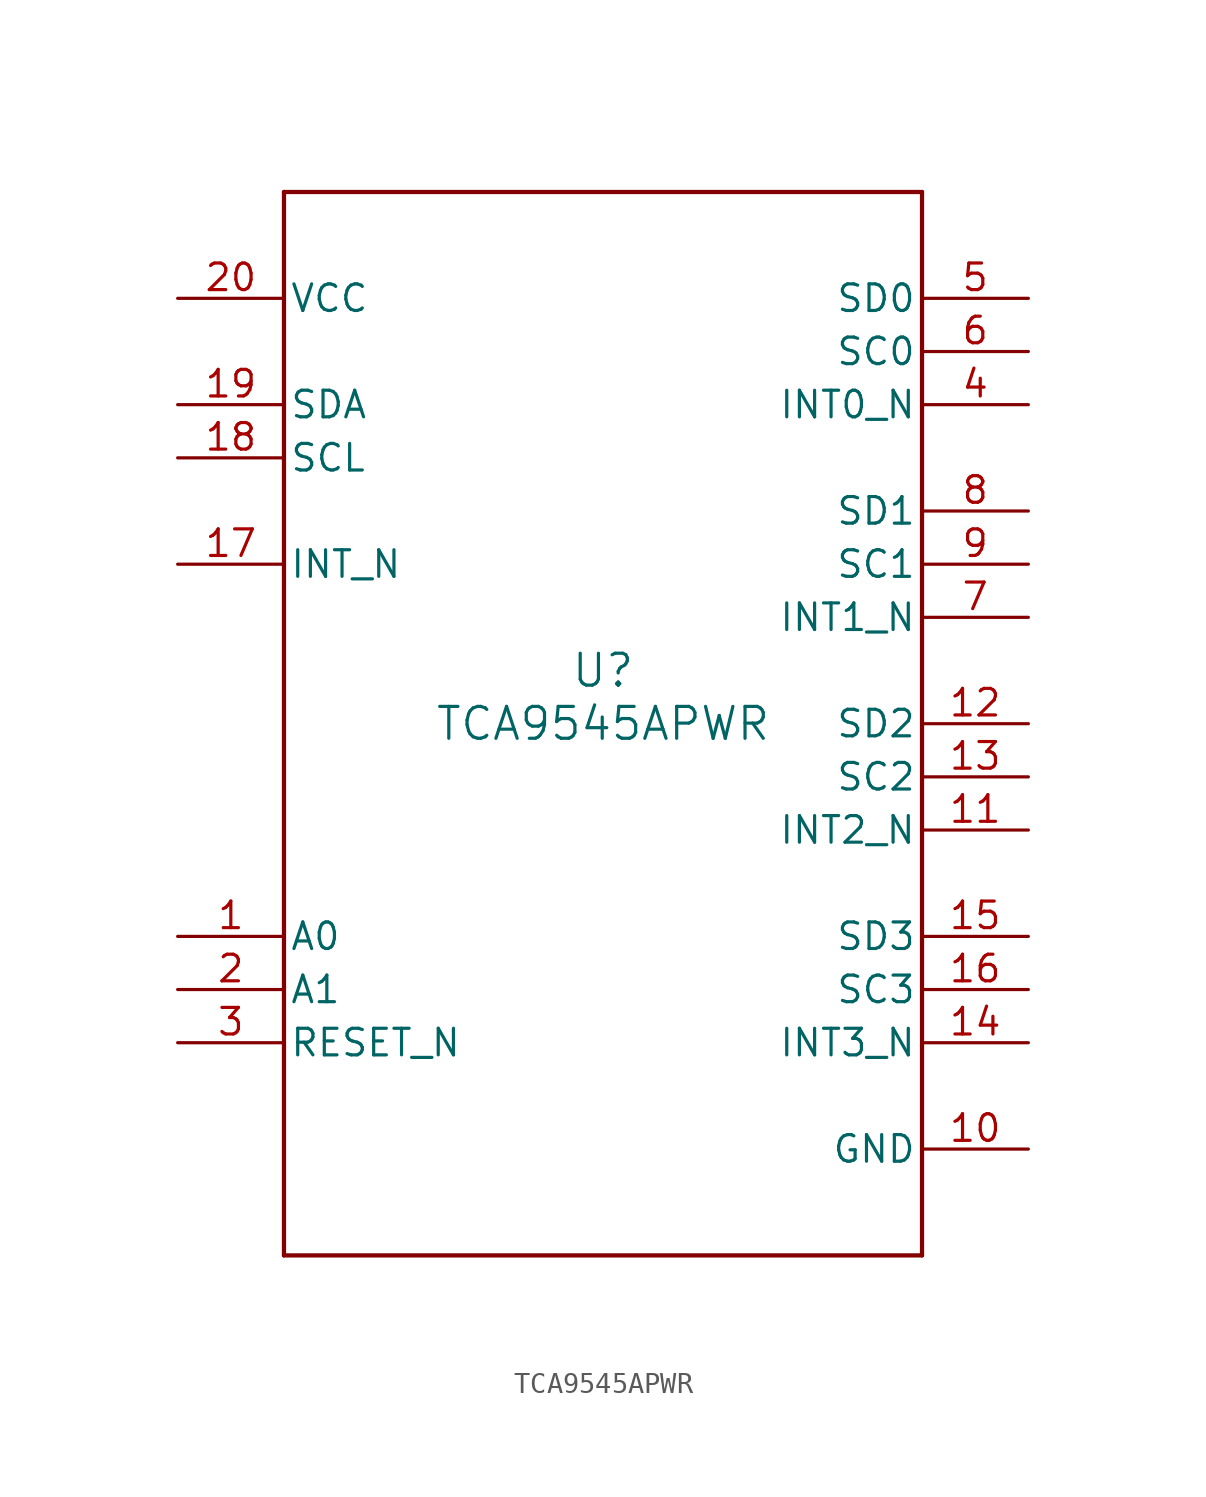
<source format=kicad_sym>
(kicad_symbol_lib
  (version 20211014)
  (generator kicad_symbol_editor)
  (symbol "TCA9545APWR"
    (pin_names
      (offset 0.254))
    (property "Reference" "U"
      (at 0 2.54 0)
      (effects (font (size 1.524 1.524))))
    (property "Value" "TCA9545APWR"
      (at 0 0 0)
      (effects (font (size 1.524 1.524))))
    (symbol "TCA9545APWR_0_1"
      (polyline (pts (xy -15.24 -25.4) (xy 15.24 -25.4)) (stroke (width 0.203) (type default) (color 0 0 0 0)) (fill (type none)))
      (polyline (pts (xy 15.24 -25.4) (xy 15.24 25.4)) (stroke (width 0.203) (type default) (color 0 0 0 0)) (fill (type none)))
      (polyline (pts (xy 15.24 25.4) (xy -15.24 25.4)) (stroke (width 0.203) (type default) (color 0 0 0 0)) (fill (type none)))
      (polyline (pts (xy -15.24 25.4) (xy -15.24 -25.4)) (stroke (width 0.203) (type default) (color 0 0 0 0)) (fill (type none)))
      (pin input line (at -20.32 -10.16 0) (length 5.08) (name "A0" (effects (font (size 1.27 1.27)))) (number "1" (effects (font (size 1.27 1.27)))))
      (pin input line (at -20.32 -12.7 0) (length 5.08) (name "A1" (effects (font (size 1.27 1.27)))) (number "2" (effects (font (size 1.27 1.27)))))
      (pin input line (at -20.32 -15.24 0) (length 5.08) (name "RESET_N" (effects (font (size 1.27 1.27)))) (number "3" (effects (font (size 1.27 1.27)))))
      (pin input line (at 20.32 15.24 180) (length 5.08) (name "INT0_N" (effects (font (size 1.27 1.27)))) (number "4" (effects (font (size 1.27 1.27)))))
      (pin bidirectional line (at 20.32 20.32 180) (length 5.08) (name "SD0" (effects (font (size 1.27 1.27)))) (number "5" (effects (font (size 1.27 1.27)))))
      (pin output line (at 20.32 17.78 180) (length 5.08) (name "SC0" (effects (font (size 1.27 1.27)))) (number "6" (effects (font (size 1.27 1.27)))))
      (pin input line (at 20.32 5.08 180) (length 5.08) (name "INT1_N" (effects (font (size 1.27 1.27)))) (number "7" (effects (font (size 1.27 1.27)))))
      (pin bidirectional line (at 20.32 10.16 180) (length 5.08) (name "SD1" (effects (font (size 1.27 1.27)))) (number "8" (effects (font (size 1.27 1.27)))))
      (pin output line (at 20.32 7.62 180) (length 5.08) (name "SC1" (effects (font (size 1.27 1.27)))) (number "9" (effects (font (size 1.27 1.27)))))
      (pin power_in line (at 20.32 -20.32 180) (length 5.08) (name "GND" (effects (font (size 1.27 1.27)))) (number "10" (effects (font (size 1.27 1.27)))))
      (pin input line (at 20.32 -5.08 180) (length 5.08) (name "INT2_N" (effects (font (size 1.27 1.27)))) (number "11" (effects (font (size 1.27 1.27)))))
      (pin bidirectional line (at 20.32 0 180) (length 5.08) (name "SD2" (effects (font (size 1.27 1.27)))) (number "12" (effects (font (size 1.27 1.27)))))
      (pin output line (at 20.32 -2.54 180) (length 5.08) (name "SC2" (effects (font (size 1.27 1.27)))) (number "13" (effects (font (size 1.27 1.27)))))
      (pin input line (at 20.32 -15.24 180) (length 5.08) (name "INT3_N" (effects (font (size 1.27 1.27)))) (number "14" (effects (font (size 1.27 1.27)))))
      (pin bidirectional line (at 20.32 -10.16 180) (length 5.08) (name "SD3" (effects (font (size 1.27 1.27)))) (number "15" (effects (font (size 1.27 1.27)))))
      (pin output line (at 20.32 -12.7 180) (length 5.08) (name "SC3" (effects (font (size 1.27 1.27)))) (number "16" (effects (font (size 1.27 1.27)))))
      (pin output line (at -20.32 7.62 0) (length 5.08) (name "INT_N" (effects (font (size 1.27 1.27)))) (number "17" (effects (font (size 1.27 1.27)))))
      (pin input line (at -20.32 12.7 0) (length 5.08) (name "SCL" (effects (font (size 1.27 1.27)))) (number "18" (effects (font (size 1.27 1.27)))))
      (pin input line (at -20.32 15.24 0) (length 5.08) (name "SDA" (effects (font (size 1.27 1.27)))) (number "19" (effects (font (size 1.27 1.27)))))
      (pin power_in line (at -20.32 20.32 0) (length 5.08) (name "VCC" (effects (font (size 1.27 1.27)))) (number "20" (effects (font (size 1.27 1.27))))))))
</source>
